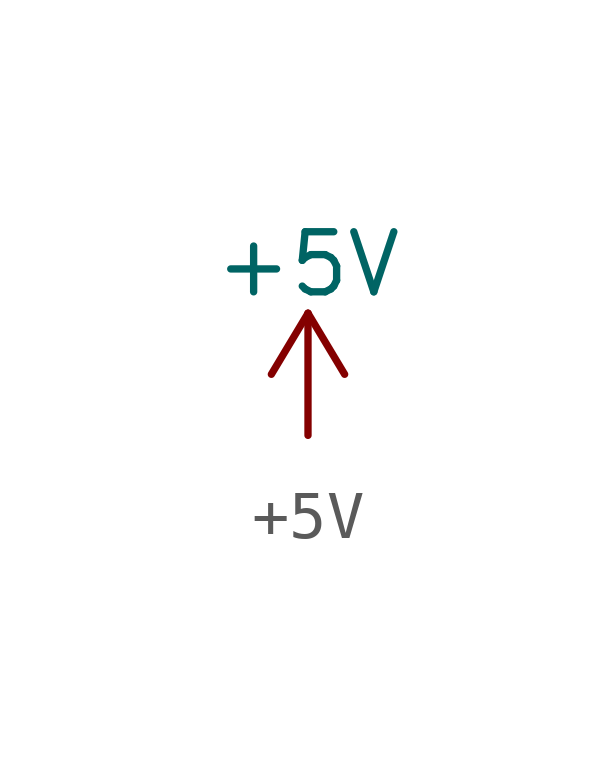
<source format=kicad_sym>
(kicad_symbol_lib
  (version 20231120)
  (generator "kicad_symbol_editor")
  (generator_version "8.0")
  (symbol "+5V"
    (power)
    (pin_numbers hide)
    (pin_names
      (offset 0) hide)
    (property "Reference" "#PWR"
      (at 0 -15 0)
      (effects (font (size 1.25 1.25)) (hide yes)))
    (property "Value" "+5V"
      (at 0 3.556 0)
      (do_not_autoplace)
      (effects (font (size 1.25 1.25))))
    (symbol "+5V_0_1"
      (polyline (pts (xy -0.762 1.27) (xy 0 2.54)) (stroke (width 0) (type default)) (fill (type none)))
      (polyline (pts (xy 0 0) (xy 0 2.54)) (stroke (width 0) (type default)) (fill (type none)))
      (polyline (pts (xy 0 2.54) (xy 0.762 1.27)) (stroke (width 0) (type default)) (fill (type none))))
    (symbol "+5V_1_1"
      (pin power_in line (at 0 0 90) (length 0) hide (name "+5V" (effects (font (size 1.25 1.25)))) (number "1" (effects (font (size 1.25 1.25))))))))
</source>
